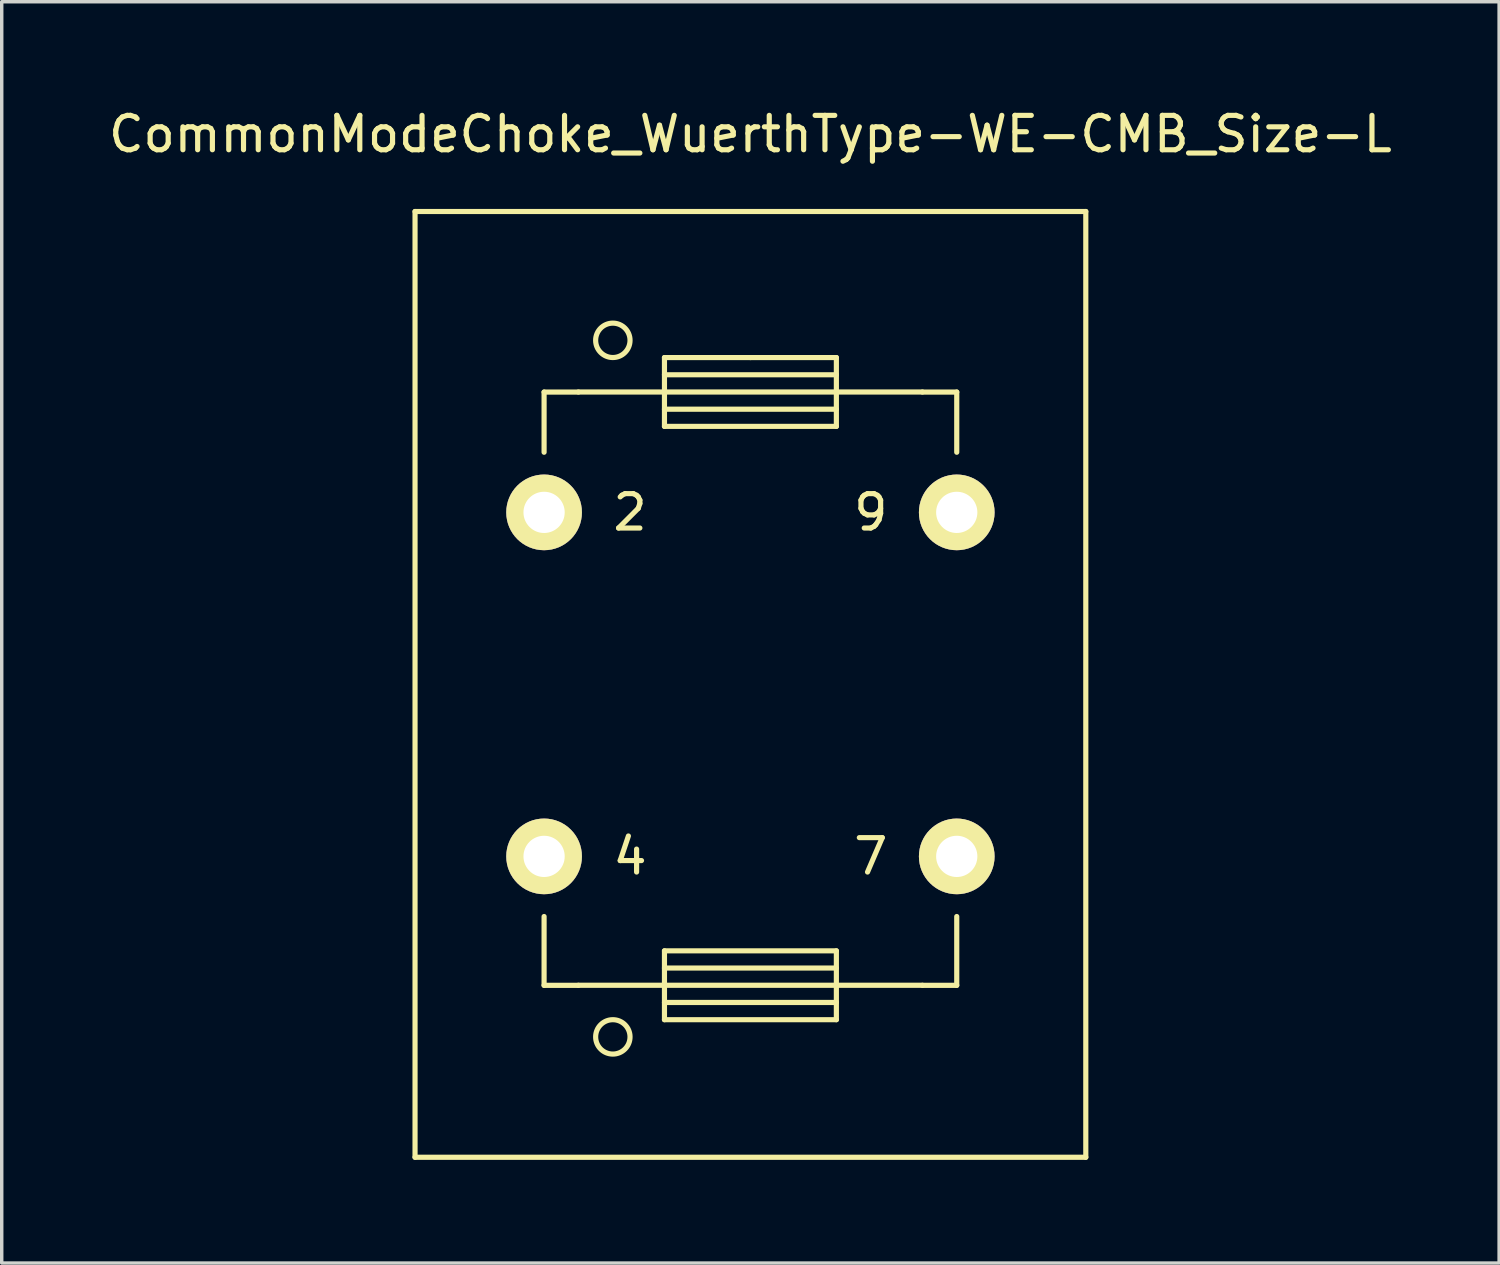
<source format=kicad_pcb>
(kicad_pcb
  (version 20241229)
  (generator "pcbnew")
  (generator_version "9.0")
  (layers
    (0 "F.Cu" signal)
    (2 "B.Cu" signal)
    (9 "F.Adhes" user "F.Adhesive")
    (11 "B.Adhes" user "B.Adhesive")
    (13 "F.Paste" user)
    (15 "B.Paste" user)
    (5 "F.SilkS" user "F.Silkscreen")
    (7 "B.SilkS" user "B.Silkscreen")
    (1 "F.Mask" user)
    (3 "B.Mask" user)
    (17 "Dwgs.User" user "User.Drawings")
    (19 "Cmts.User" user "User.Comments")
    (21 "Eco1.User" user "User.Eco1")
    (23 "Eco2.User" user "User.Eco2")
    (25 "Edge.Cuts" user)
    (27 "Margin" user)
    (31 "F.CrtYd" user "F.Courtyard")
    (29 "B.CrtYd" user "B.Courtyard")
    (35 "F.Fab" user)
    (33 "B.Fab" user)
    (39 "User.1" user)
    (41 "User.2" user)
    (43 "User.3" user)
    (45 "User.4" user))
  (footprint "CommonModeChoke_WuerthType-WE-CMB_Size-L"
    (layer "F.Cu")
    (at 18.768 16.848)
    (property "Reference" "CommonModeChoke_WuerthType-WE-CMB_Size-L" (at 0 -15.999 0) (layer "F.SilkS") (effects (font (size 1 1) (thickness 0.15))))
    (attr through_hole)
    (fp_line (start -9.751 -13.749) (end -9.751 13.749) (stroke (width 0.15) (type solid)) (layer "F.SilkS"))
    (fp_line (start -5.999 -8.499) (end -5.999 -6.749) (stroke (width 0.15) (type solid)) (layer "F.SilkS"))
    (fp_line (start -5.999 8.75) (end -5.999 6.749) (stroke (width 0.15) (type solid)) (layer "F.SilkS"))
    (fp_line (start -5.001 -8.499) (end -5.999 -8.499) (stroke (width 0.15) (type solid)) (layer "F.SilkS"))
    (fp_line (start -5.001 8.748) (end -2.499 8.748) (stroke (width 0.15) (type solid)) (layer "F.SilkS"))
    (fp_line (start -5.001 8.75) (end -5.999 8.75) (stroke (width 0.15) (type solid)) (layer "F.SilkS"))
    (fp_line (start -2.499 -9.502) (end 0 -9.502) (stroke (width 0.15) (type solid)) (layer "F.SilkS"))
    (fp_line (start -2.499 -8.501) (end -5.001 -8.501) (stroke (width 0.15) (type solid)) (layer "F.SilkS"))
    (fp_line (start -2.499 -8.501) (end 2.499 -8.501) (stroke (width 0.15) (type solid)) (layer "F.SilkS"))
    (fp_line (start -2.499 -8.001) (end 2.499 -8.001) (stroke (width 0.15) (type solid)) (layer "F.SilkS"))
    (fp_line (start -2.499 -7.501) (end -2.499 -9.502) (stroke (width 0.15) (type solid)) (layer "F.SilkS"))
    (fp_line (start -2.499 7.747) (end 2.499 7.747) (stroke (width 0.15) (type solid)) (layer "F.SilkS"))
    (fp_line (start -2.499 9.248) (end 2.499 9.248) (stroke (width 0.15) (type solid)) (layer "F.SilkS"))
    (fp_line (start -2.499 9.749) (end -2.499 7.747) (stroke (width 0.15) (type solid)) (layer "F.SilkS"))
    (fp_line (start 0 -9.502) (end 2.499 -9.502) (stroke (width 0.15) (type solid)) (layer "F.SilkS"))
    (fp_line (start 2.499 -9.502) (end 2.499 -7.501) (stroke (width 0.15) (type solid)) (layer "F.SilkS"))
    (fp_line (start 2.499 -9.002) (end -2.499 -9.002) (stroke (width 0.15) (type solid)) (layer "F.SilkS"))
    (fp_line (start 2.499 -8.501) (end 5.001 -8.501) (stroke (width 0.15) (type solid)) (layer "F.SilkS"))
    (fp_line (start 2.499 -7.501) (end -2.499 -7.501) (stroke (width 0.15) (type solid)) (layer "F.SilkS"))
    (fp_line (start 2.499 7.747) (end 2.499 9.749) (stroke (width 0.15) (type solid)) (layer "F.SilkS"))
    (fp_line (start 2.499 8.247) (end -2.499 8.247) (stroke (width 0.15) (type solid)) (layer "F.SilkS"))
    (fp_line (start 2.499 8.748) (end -2.499 8.748) (stroke (width 0.15) (type solid)) (layer "F.SilkS"))
    (fp_line (start 2.499 9.749) (end -2.499 9.749) (stroke (width 0.15) (type solid)) (layer "F.SilkS"))
    (fp_line (start 5.001 -8.499) (end 5.999 -8.499) (stroke (width 0.15) (type solid)) (layer "F.SilkS"))
    (fp_line (start 5.001 8.748) (end 2.499 8.748) (stroke (width 0.15) (type solid)) (layer "F.SilkS"))
    (fp_line (start 5.001 8.75) (end 5.999 8.75) (stroke (width 0.15) (type solid)) (layer "F.SilkS"))
    (fp_line (start 5.999 -8.499) (end 5.999 -6.749) (stroke (width 0.15) (type solid)) (layer "F.SilkS"))
    (fp_line (start 5.999 8.75) (end 5.999 6.749) (stroke (width 0.15) (type solid)) (layer "F.SilkS"))
    (fp_line (start 9.751 -13.749) (end -9.751 -13.749) (stroke (width 0.15) (type solid)) (layer "F.SilkS"))
    (fp_line (start 9.751 -13.749) (end 9.751 13.749) (stroke (width 0.15) (type solid)) (layer "F.SilkS"))
    (fp_line (start 9.751 13.749) (end -9.751 13.749) (stroke (width 0.15) (type solid)) (layer "F.SilkS"))
    (fp_circle (center -4 -10.003) (end -3.5 -10.003) (stroke (width 0.15) (type solid)) (fill no) (layer "F.SilkS"))
    (fp_circle (center -4 10.249) (end -3.5 10.249) (stroke (width 0.15) (type solid)) (fill no) (layer "F.SilkS"))
    (fp_text user "4" (at -3.5 5.001 0) (layer "F.SilkS") (effects (font (size 1 1) (thickness 0.15))))
    (fp_text user "9" (at 3.5 -5.001 0) (layer "F.SilkS") (effects (font (size 1 1) (thickness 0.15))))
    (fp_text user "2" (at -3.5 -5.001 0) (layer "F.SilkS") (effects (font (size 1 1) (thickness 0.15))))
    (fp_text user "7" (at 3.5 5.001 0) (layer "F.SilkS") (effects (font (size 1 1) (thickness 0.15))))
    (pad "2" thru_hole circle (at -5.999 -5.001) (size 2.2 2.2) (drill 1.199) (layers "*.Cu" "*.Mask" "F.SilkS"))
    (pad "4" thru_hole circle (at -5.999 5.001) (size 2.2 2.2) (drill 1.199) (layers "*.Cu" "*.Mask" "F.SilkS"))
    (pad "7" thru_hole circle (at 5.999 5.001) (size 2.2 2.2) (drill 1.199) (layers "*.Cu" "*.Mask" "F.SilkS"))
    (pad "9" thru_hole circle (at 5.999 -5.001) (size 2.2 2.2) (drill 1.199) (layers "*.Cu" "*.Mask" "F.SilkS")))
  (gr_rect
    (start -3 -3)
    (end 40.536 33.672)
    (stroke (width 0.1) (type default))
    (fill no)
    (layer "Edge.Cuts")))
</source>
